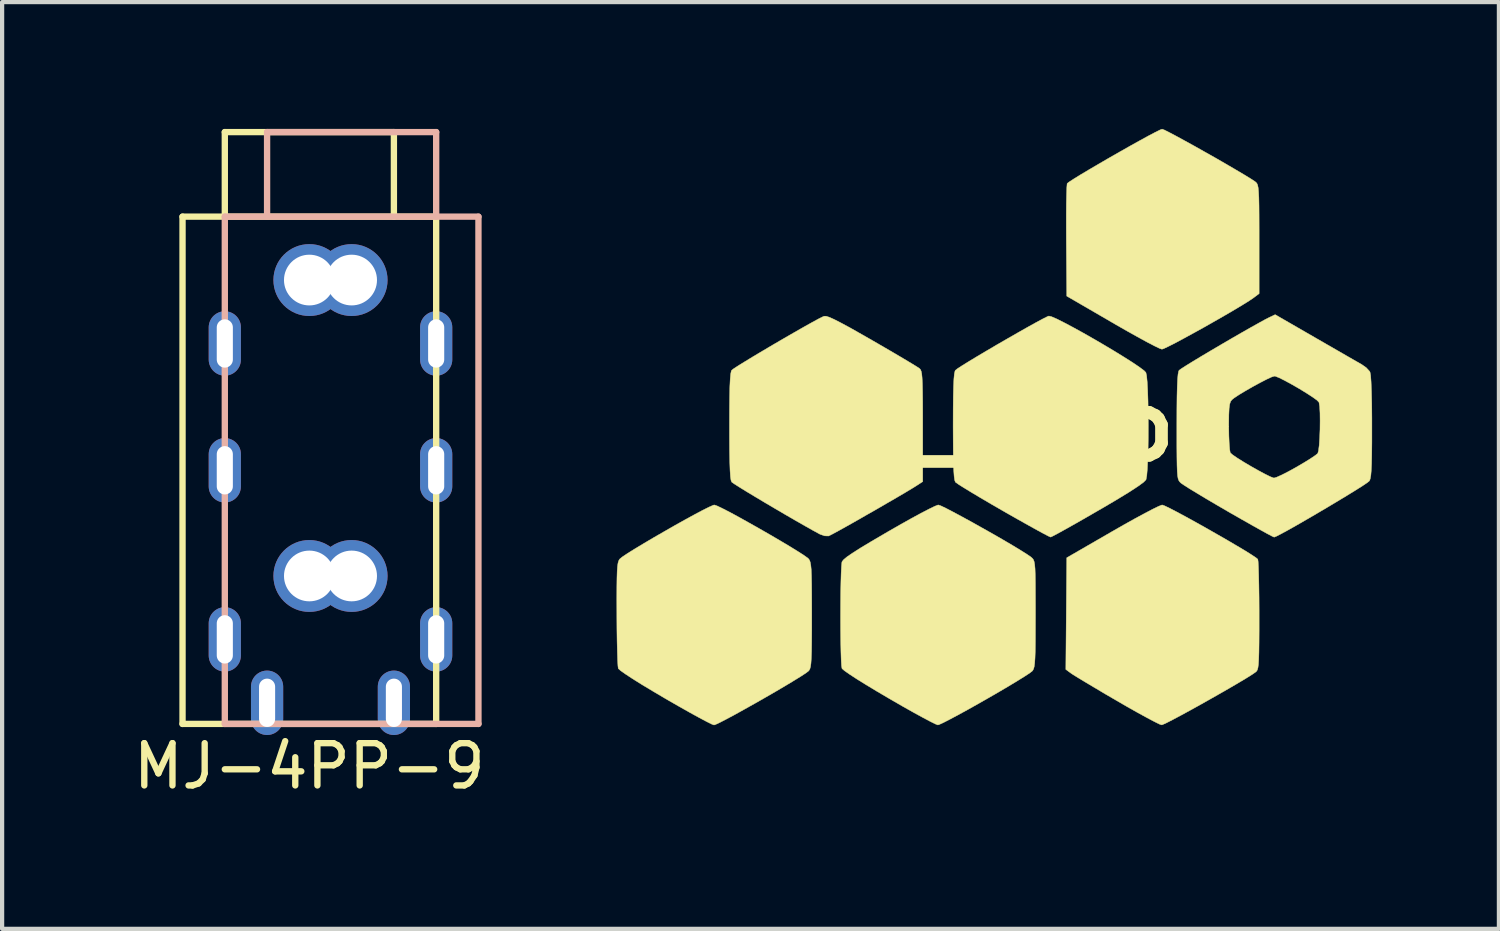
<source format=kicad_pcb>
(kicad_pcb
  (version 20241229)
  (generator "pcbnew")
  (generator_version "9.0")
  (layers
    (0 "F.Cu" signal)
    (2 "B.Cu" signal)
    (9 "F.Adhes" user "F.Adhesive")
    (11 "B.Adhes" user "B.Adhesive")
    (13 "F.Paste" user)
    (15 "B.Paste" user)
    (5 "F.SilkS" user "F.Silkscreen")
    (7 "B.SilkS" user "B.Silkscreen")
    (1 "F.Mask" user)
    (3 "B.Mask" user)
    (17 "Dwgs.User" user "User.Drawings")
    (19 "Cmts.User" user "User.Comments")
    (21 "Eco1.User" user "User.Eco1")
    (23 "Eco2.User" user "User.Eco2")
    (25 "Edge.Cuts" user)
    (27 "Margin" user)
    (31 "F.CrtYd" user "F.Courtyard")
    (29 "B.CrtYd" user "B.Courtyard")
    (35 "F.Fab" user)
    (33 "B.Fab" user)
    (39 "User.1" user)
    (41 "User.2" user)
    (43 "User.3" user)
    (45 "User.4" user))
  (footprint "r2_logo"
    (layer "F.Cu")
    (at 20.471 7.032)
    (property "Reference" "r2_logo" (at 0 0 0) (layer "F.SilkS") (effects (font (size 1.524 1.524) (thickness 0.3))))
    (attr through_hole)
    (fp_poly (pts (xy 4.023 -7.007) (xy 4.137 -6.95) (xy 4.302 -6.863) (xy 4.505 -6.752) (xy 4.736 -6.625) (xy 4.982 -6.486) (xy 5.234 -6.344) (xy 5.478 -6.203) (xy 5.704 -6.071) (xy 5.9 -5.955) (xy 6.056 -5.86) (xy 6.159 -5.793) (xy 6.191 -5.768) (xy 6.212 -5.743) (xy 6.229 -5.704) (xy 6.242 -5.642) (xy 6.251 -5.546) (xy 6.258 -5.409) (xy 6.262 -5.221) (xy 6.264 -4.972) (xy 6.265 -4.654) (xy 6.265 -4.419) (xy 6.265 -3.137) (xy 6.128 -3.034) (xy 6.027 -2.966) (xy 5.873 -2.87) (xy 5.678 -2.753) (xy 5.452 -2.621) (xy 5.208 -2.481) (xy 4.958 -2.339) (xy 4.712 -2.203) (xy 4.483 -2.078) (xy 4.282 -1.97) (xy 4.12 -1.888) (xy 4.01 -1.836) (xy 3.966 -1.821) (xy 3.907 -1.842) (xy 3.785 -1.901) (xy 3.61 -1.992) (xy 3.393 -2.111) (xy 3.142 -2.251) (xy 2.869 -2.407) (xy 2.794 -2.451) (xy 1.714 -3.078) (xy 1.704 -4.386) (xy 1.703 -4.712) (xy 1.703 -5.011) (xy 1.705 -5.273) (xy 1.71 -5.488) (xy 1.715 -5.643) (xy 1.722 -5.729) (xy 1.725 -5.743) (xy 1.772 -5.779) (xy 1.881 -5.85) (xy 2.041 -5.949) (xy 2.242 -6.069) (xy 2.471 -6.203) (xy 2.717 -6.346) (xy 2.969 -6.49) (xy 3.216 -6.63) (xy 3.446 -6.758) (xy 3.647 -6.868) (xy 3.81 -6.954) (xy 3.921 -7.009) (xy 3.97 -7.027) (xy 4.023 -7.007)) (stroke (width 0.01) (type solid)) (fill yes) (layer "F.SilkS"))
    (fp_poly (pts (xy 4.03 1.884) (xy 4.149 1.941) (xy 4.318 2.029) (xy 4.525 2.14) (xy 4.759 2.269) (xy 5.009 2.409) (xy 5.263 2.554) (xy 5.51 2.696) (xy 5.738 2.83) (xy 5.936 2.948) (xy 6.092 3.046) (xy 6.195 3.115) (xy 6.233 3.147) (xy 6.241 3.2) (xy 6.248 3.327) (xy 6.254 3.517) (xy 6.259 3.759) (xy 6.263 4.043) (xy 6.265 4.356) (xy 6.265 4.47) (xy 6.265 4.835) (xy 6.263 5.124) (xy 6.26 5.347) (xy 6.255 5.513) (xy 6.248 5.632) (xy 6.237 5.712) (xy 6.223 5.764) (xy 6.204 5.796) (xy 6.191 5.809) (xy 6.121 5.859) (xy 5.992 5.941) (xy 5.816 6.047) (xy 5.603 6.172) (xy 5.367 6.308) (xy 5.117 6.45) (xy 4.865 6.592) (xy 4.623 6.726) (xy 4.402 6.846) (xy 4.214 6.946) (xy 4.069 7.02) (xy 3.98 7.06) (xy 3.958 7.066) (xy 3.9 7.045) (xy 3.78 6.985) (xy 3.608 6.894) (xy 3.394 6.777) (xy 3.151 6.64) (xy 2.901 6.495) (xy 2.634 6.34) (xy 2.387 6.193) (xy 2.169 6.063) (xy 1.993 5.957) (xy 1.868 5.88) (xy 1.81 5.841) (xy 1.692 5.754) (xy 1.703 4.433) (xy 1.714 3.112) (xy 2.794 2.488) (xy 3.072 2.329) (xy 3.33 2.185) (xy 3.559 2.062) (xy 3.747 1.963) (xy 3.885 1.896) (xy 3.963 1.865) (xy 3.972 1.863) (xy 4.03 1.884)) (stroke (width 0.01) (type solid)) (fill yes) (layer "F.SilkS"))
    (fp_poly (pts (xy -3.98 -2.602) (xy -3.901 -2.577) (xy -3.784 -2.524) (xy -3.62 -2.44) (xy -3.402 -2.322) (xy -3.125 -2.165) (xy -2.887 -2.029) (xy -2.614 -1.871) (xy -2.362 -1.724) (xy -2.142 -1.594) (xy -1.963 -1.487) (xy -1.836 -1.409) (xy -1.771 -1.366) (xy -1.767 -1.363) (xy -1.746 -1.339) (xy -1.73 -1.301) (xy -1.717 -1.24) (xy -1.708 -1.146) (xy -1.701 -1.011) (xy -1.697 -0.825) (xy -1.694 -0.579) (xy -1.693 -0.264) (xy -1.693 0.006) (xy -1.693 1.311) (xy -1.852 1.414) (xy -1.959 1.48) (xy -2.117 1.575) (xy -2.315 1.691) (xy -2.541 1.822) (xy -2.782 1.962) (xy -3.028 2.102) (xy -3.265 2.238) (xy -3.483 2.361) (xy -3.67 2.465) (xy -3.813 2.543) (xy -3.901 2.588) (xy -3.921 2.597) (xy -4.012 2.594) (xy -4.123 2.556) (xy -4.128 2.553) (xy -4.279 2.471) (xy -4.472 2.362) (xy -4.695 2.235) (xy -4.938 2.094) (xy -5.187 1.948) (xy -5.433 1.803) (xy -5.664 1.665) (xy -5.868 1.542) (xy -6.035 1.439) (xy -6.152 1.364) (xy -6.21 1.323) (xy -6.212 1.321) (xy -6.229 1.277) (xy -6.242 1.187) (xy -6.251 1.045) (xy -6.258 0.842) (xy -6.263 0.572) (xy -6.265 0.229) (xy -6.265 0) (xy -6.264 -0.389) (xy -6.261 -0.7) (xy -6.256 -0.94) (xy -6.247 -1.116) (xy -6.236 -1.235) (xy -6.222 -1.304) (xy -6.212 -1.323) (xy -6.164 -1.361) (xy -6.053 -1.433) (xy -5.891 -1.533) (xy -5.691 -1.655) (xy -5.462 -1.791) (xy -5.217 -1.936) (xy -4.968 -2.081) (xy -4.725 -2.221) (xy -4.501 -2.349) (xy -4.306 -2.458) (xy -4.153 -2.541) (xy -4.052 -2.591) (xy -4.025 -2.602) (xy -3.98 -2.602)) (stroke (width 0.01) (type solid)) (fill yes) (layer "F.SilkS"))
    (fp_poly (pts (xy 1.353 -2.591) (xy 1.476 -2.538) (xy 1.647 -2.452) (xy 1.857 -2.341) (xy 2.093 -2.211) (xy 2.344 -2.068) (xy 2.6 -1.919) (xy 2.848 -1.771) (xy 3.078 -1.629) (xy 3.278 -1.502) (xy 3.437 -1.394) (xy 3.544 -1.314) (xy 3.586 -1.27) (xy 3.603 -1.193) (xy 3.617 -1.046) (xy 3.628 -0.842) (xy 3.636 -0.595) (xy 3.641 -0.319) (xy 3.643 -0.027) (xy 3.642 0.265) (xy 3.638 0.545) (xy 3.63 0.798) (xy 3.62 1.011) (xy 3.607 1.169) (xy 3.59 1.26) (xy 3.587 1.268) (xy 3.53 1.326) (xy 3.397 1.423) (xy 3.19 1.558) (xy 2.907 1.731) (xy 2.549 1.942) (xy 2.455 1.996) (xy 2.18 2.155) (xy 1.928 2.299) (xy 1.708 2.423) (xy 1.531 2.521) (xy 1.404 2.589) (xy 1.339 2.621) (xy 1.333 2.623) (xy 1.286 2.603) (xy 1.176 2.546) (xy 1.012 2.457) (xy 0.803 2.341) (xy 0.559 2.204) (xy 0.289 2.051) (xy 0.211 2.006) (xy -0.066 1.846) (xy -0.32 1.697) (xy -0.541 1.565) (xy -0.721 1.455) (xy -0.849 1.374) (xy -0.915 1.327) (xy -0.921 1.321) (xy -0.937 1.277) (xy -0.95 1.187) (xy -0.96 1.044) (xy -0.967 0.842) (xy -0.971 0.572) (xy -0.973 0.228) (xy -0.974 0) (xy -0.973 -0.389) (xy -0.97 -0.699) (xy -0.964 -0.939) (xy -0.956 -1.115) (xy -0.945 -1.234) (xy -0.93 -1.303) (xy -0.921 -1.322) (xy -0.871 -1.361) (xy -0.759 -1.434) (xy -0.596 -1.535) (xy -0.394 -1.657) (xy -0.164 -1.793) (xy 0.082 -1.938) (xy 0.334 -2.083) (xy 0.578 -2.223) (xy 0.804 -2.351) (xy 1.001 -2.46) (xy 1.156 -2.543) (xy 1.258 -2.594) (xy 1.29 -2.606) (xy 1.353 -2.591)) (stroke (width 0.01) (type solid)) (fill yes) (layer "F.SilkS"))
    (fp_poly (pts (xy -1.266 1.883) (xy -1.146 1.94) (xy -0.977 2.028) (xy -0.77 2.139) (xy -0.536 2.267) (xy -0.288 2.406) (xy -0.036 2.548) (xy 0.207 2.688) (xy 0.43 2.819) (xy 0.621 2.935) (xy 0.769 3.028) (xy 0.863 3.092) (xy 0.878 3.105) (xy 0.906 3.131) (xy 0.927 3.161) (xy 0.943 3.205) (xy 0.955 3.273) (xy 0.964 3.374) (xy 0.969 3.517) (xy 0.972 3.712) (xy 0.973 3.97) (xy 0.974 4.298) (xy 0.974 4.448) (xy 0.973 4.81) (xy 0.972 5.098) (xy 0.969 5.32) (xy 0.963 5.486) (xy 0.955 5.605) (xy 0.944 5.687) (xy 0.929 5.741) (xy 0.91 5.777) (xy 0.9 5.79) (xy 0.84 5.837) (xy 0.72 5.916) (xy 0.551 6.021) (xy 0.344 6.146) (xy 0.11 6.284) (xy -0.139 6.428) (xy -0.392 6.572) (xy -0.636 6.709) (xy -0.861 6.832) (xy -1.056 6.936) (xy -1.208 7.014) (xy -1.307 7.059) (xy -1.336 7.067) (xy -1.393 7.045) (xy -1.512 6.986) (xy -1.684 6.895) (xy -1.9 6.777) (xy -2.149 6.637) (xy -2.421 6.48) (xy -2.495 6.437) (xy -2.776 6.272) (xy -3.031 6.118) (xy -3.25 5.982) (xy -3.423 5.869) (xy -3.543 5.785) (xy -3.6 5.736) (xy -3.603 5.731) (xy -3.614 5.663) (xy -3.622 5.524) (xy -3.628 5.327) (xy -3.633 5.086) (xy -3.636 4.816) (xy -3.637 4.529) (xy -3.636 4.239) (xy -3.634 3.96) (xy -3.629 3.705) (xy -3.623 3.488) (xy -3.615 3.323) (xy -3.606 3.223) (xy -3.601 3.204) (xy -3.566 3.159) (xy -3.485 3.091) (xy -3.351 2.999) (xy -3.161 2.878) (xy -2.908 2.726) (xy -2.587 2.538) (xy -2.491 2.482) (xy -2.215 2.324) (xy -1.958 2.18) (xy -1.731 2.057) (xy -1.544 1.96) (xy -1.408 1.894) (xy -1.332 1.864) (xy -1.325 1.863) (xy -1.266 1.883)) (stroke (width 0.01) (type solid)) (fill yes) (layer "F.SilkS"))
    (fp_poly (pts (xy -6.561 1.884) (xy -6.439 1.942) (xy -6.267 2.03) (xy -6.058 2.143) (xy -5.823 2.274) (xy -5.573 2.415) (xy -5.32 2.56) (xy -5.076 2.703) (xy -4.852 2.836) (xy -4.659 2.955) (xy -4.51 3.05) (xy -4.416 3.117) (xy -4.392 3.139) (xy -4.371 3.171) (xy -4.354 3.217) (xy -4.341 3.287) (xy -4.331 3.389) (xy -4.325 3.534) (xy -4.321 3.732) (xy -4.319 3.991) (xy -4.318 4.322) (xy -4.318 4.466) (xy -4.318 4.826) (xy -4.32 5.111) (xy -4.323 5.33) (xy -4.329 5.493) (xy -4.337 5.61) (xy -4.348 5.69) (xy -4.363 5.743) (xy -4.383 5.778) (xy -4.392 5.789) (xy -4.451 5.835) (xy -4.571 5.914) (xy -4.74 6.018) (xy -4.947 6.143) (xy -5.18 6.28) (xy -5.429 6.424) (xy -5.682 6.568) (xy -5.927 6.705) (xy -6.152 6.83) (xy -6.347 6.934) (xy -6.5 7.013) (xy -6.6 7.059) (xy -6.631 7.068) (xy -6.687 7.047) (xy -6.805 6.988) (xy -6.977 6.897) (xy -7.192 6.779) (xy -7.44 6.639) (xy -7.712 6.483) (xy -7.786 6.44) (xy -8.076 6.269) (xy -8.335 6.113) (xy -8.554 5.976) (xy -8.726 5.863) (xy -8.842 5.781) (xy -8.893 5.735) (xy -8.895 5.732) (xy -8.903 5.67) (xy -8.911 5.535) (xy -8.917 5.338) (xy -8.923 5.092) (xy -8.927 4.807) (xy -8.929 4.495) (xy -8.929 4.439) (xy -8.93 4.084) (xy -8.929 3.803) (xy -8.926 3.587) (xy -8.921 3.427) (xy -8.913 3.313) (xy -8.901 3.235) (xy -8.885 3.183) (xy -8.865 3.148) (xy -8.858 3.14) (xy -8.798 3.091) (xy -8.677 3.01) (xy -8.507 2.904) (xy -8.298 2.778) (xy -8.063 2.639) (xy -7.813 2.495) (xy -7.56 2.35) (xy -7.315 2.213) (xy -7.09 2.09) (xy -6.896 1.987) (xy -6.745 1.912) (xy -6.648 1.869) (xy -6.623 1.863) (xy -6.561 1.884)) (stroke (width 0.01) (type solid)) (fill yes) (layer "F.SilkS"))
    (fp_poly (pts (xy 7.587 -2.095) (xy 7.852 -1.942) (xy 8.101 -1.799) (xy 8.321 -1.672) (xy 8.502 -1.568) (xy 8.63 -1.495) (xy 8.687 -1.463) (xy 8.798 -1.385) (xy 8.877 -1.299) (xy 8.888 -1.279) (xy 8.902 -1.204) (xy 8.913 -1.052) (xy 8.922 -0.827) (xy 8.929 -0.537) (xy 8.932 -0.187) (xy 8.932 0.014) (xy 8.932 0.377) (xy 8.929 0.665) (xy 8.925 0.887) (xy 8.917 1.051) (xy 8.907 1.166) (xy 8.893 1.243) (xy 8.876 1.289) (xy 8.871 1.296) (xy 8.823 1.335) (xy 8.713 1.409) (xy 8.552 1.511) (xy 8.352 1.634) (xy 8.124 1.772) (xy 7.878 1.919) (xy 7.627 2.067) (xy 7.38 2.211) (xy 7.151 2.343) (xy 6.949 2.457) (xy 6.785 2.546) (xy 6.672 2.604) (xy 6.62 2.625) (xy 6.574 2.604) (xy 6.465 2.547) (xy 6.302 2.457) (xy 6.095 2.341) (xy 5.853 2.204) (xy 5.587 2.052) (xy 5.544 2.027) (xy 5.271 1.868) (xy 5.018 1.719) (xy 4.795 1.585) (xy 4.614 1.475) (xy 4.484 1.392) (xy 4.416 1.345) (xy 4.413 1.342) (xy 4.386 1.316) (xy 4.365 1.285) (xy 4.348 1.24) (xy 4.336 1.172) (xy 4.328 1.071) (xy 4.323 0.927) (xy 4.32 0.731) (xy 4.318 0.472) (xy 4.318 0.143) (xy 4.318 0.001) (xy 4.318 -0.052) (xy 5.546 -0.052) (xy 5.546 0.011) (xy 5.549 0.224) (xy 5.557 0.409) (xy 5.568 0.549) (xy 5.581 0.624) (xy 5.584 0.63) (xy 5.637 0.677) (xy 5.748 0.753) (xy 5.898 0.847) (xy 6.069 0.948) (xy 6.244 1.047) (xy 6.404 1.133) (xy 6.532 1.196) (xy 6.61 1.225) (xy 6.617 1.226) (xy 6.682 1.206) (xy 6.802 1.152) (xy 6.961 1.071) (xy 7.142 0.971) (xy 7.146 0.969) (xy 7.326 0.863) (xy 7.481 0.767) (xy 7.595 0.69) (xy 7.652 0.644) (xy 7.652 0.643) (xy 7.67 0.579) (xy 7.686 0.45) (xy 7.697 0.276) (xy 7.705 0.078) (xy 7.707 -0.125) (xy 7.705 -0.311) (xy 7.697 -0.463) (xy 7.682 -0.558) (xy 7.679 -0.567) (xy 7.634 -0.614) (xy 7.53 -0.689) (xy 7.385 -0.783) (xy 7.217 -0.886) (xy 7.042 -0.987) (xy 6.877 -1.077) (xy 6.741 -1.145) (xy 6.649 -1.182) (xy 6.628 -1.185) (xy 6.562 -1.165) (xy 6.441 -1.109) (xy 6.286 -1.029) (xy 6.113 -0.935) (xy 5.941 -0.836) (xy 5.788 -0.744) (xy 5.672 -0.667) (xy 5.62 -0.625) (xy 5.589 -0.583) (xy 5.568 -0.519) (xy 5.555 -0.42) (xy 5.548 -0.269) (xy 5.546 -0.052) (xy 4.318 -0.052) (xy 4.319 -0.388) (xy 4.322 -0.698) (xy 4.328 -0.938) (xy 4.336 -1.114) (xy 4.347 -1.232) (xy 4.361 -1.301) (xy 4.371 -1.321) (xy 4.418 -1.356) (xy 4.528 -1.427) (xy 4.688 -1.526) (xy 4.888 -1.647) (xy 5.115 -1.782) (xy 5.358 -1.925) (xy 5.606 -2.07) (xy 5.847 -2.209) (xy 6.07 -2.336) (xy 6.263 -2.444) (xy 6.414 -2.527) (xy 6.503 -2.572) (xy 6.644 -2.639) (xy 7.587 -2.095)) (stroke (width 0.01) (type solid)) (fill yes) (layer "F.SilkS")))
  (footprint "MJ-4PP-9"
    (layer "F.Cu")
    (at 4.268 8.075)
    (property "Reference" "MJ-4PP-9" (at 0 7 0) (layer "F.SilkS") (effects (font (size 1 1) (thickness 0.15))))
    (attr through_hole)
    (fp_line (start -3 -6) (end 3 -6) (stroke (width 0.15) (type solid)) (layer "F.SilkS"))
    (fp_line (start -3 6) (end -3 -6) (stroke (width 0.15) (type solid)) (layer "F.SilkS"))
    (fp_line (start -2 -8) (end 2 -8) (stroke (width 0.15) (type solid)) (layer "F.SilkS"))
    (fp_line (start -2 -6) (end -2 -8) (stroke (width 0.15) (type solid)) (layer "F.SilkS"))
    (fp_line (start 2 -8) (end 2 -6) (stroke (width 0.15) (type solid)) (layer "F.SilkS"))
    (fp_line (start 3 -6) (end 3 6) (stroke (width 0.15) (type solid)) (layer "F.SilkS"))
    (fp_line (start 3 6) (end -3 6) (stroke (width 0.15) (type solid)) (layer "F.SilkS"))
    (fp_line (start -2 -6) (end 4 -6) (stroke (width 0.15) (type solid)) (layer "B.SilkS"))
    (fp_line (start -2 6) (end -2 -6) (stroke (width 0.15) (type solid)) (layer "B.SilkS"))
    (fp_line (start -1 -8) (end 3 -8) (stroke (width 0.15) (type solid)) (layer "B.SilkS"))
    (fp_line (start -1 -6) (end -1 -8) (stroke (width 0.15) (type solid)) (layer "B.SilkS"))
    (fp_line (start 3 -8) (end 3 -6) (stroke (width 0.15) (type solid)) (layer "B.SilkS"))
    (fp_line (start 4 -6) (end 4 6) (stroke (width 0.15) (type solid)) (layer "B.SilkS"))
    (fp_line (start 4 6) (end -2 6) (stroke (width 0.15) (type solid)) (layer "B.SilkS"))
    (pad "" np_thru_hole circle (at 0 -4.5) (size 1.7 1.7) (drill 1.2) (layers "*.Cu" "*.Mask"))
    (pad "" np_thru_hole circle (at 0 2.5) (size 1.7 1.7) (drill 1.2) (layers "*.Cu" "*.Mask"))
    (pad "" np_thru_hole circle (at 1 -4.5) (size 1.7 1.7) (drill 1.2) (layers "*.Cu" "*.Mask"))
    (pad "" np_thru_hole circle (at 1 2.5) (size 1.7 1.7) (drill 1.2) (layers "*.Cu" "*.Mask"))
    (pad "1" thru_hole oval (at -2 4) (size 0.762 1.524) (drill oval 0.381 1.143) (layers "*.Cu" "*.Mask"))
    (pad "1" thru_hole oval (at 3 4) (size 0.762 1.524) (drill oval 0.381 1.143) (layers "*.Cu" "*.Mask"))
    (pad "2" thru_hole oval (at -2 0) (size 0.762 1.524) (drill oval 0.381 1.143) (layers "*.Cu" "*.Mask"))
    (pad "2" thru_hole oval (at 3 0) (size 0.762 1.524) (drill oval 0.381 1.143) (layers "*.Cu" "*.Mask"))
    (pad "3" thru_hole oval (at -2 -3) (size 0.762 1.524) (drill oval 0.381 1.143) (layers "*.Cu" "*.Mask"))
    (pad "3" thru_hole oval (at 3 -3) (size 0.762 1.524) (drill oval 0.381 1.143) (layers "*.Cu" "*.Mask"))
    (pad "4" thru_hole oval (at -1 5.5) (size 0.762 1.524) (drill oval 0.381 1.143) (layers "*.Cu" "*.Mask"))
    (pad "4" thru_hole oval (at 2 5.5) (size 0.762 1.524) (drill oval 0.381 1.143) (layers "*.Cu" "*.Mask")))
  (gr_rect
    (start -3 -3)
    (end 32.408 18.923)
    (stroke (width 0.1) (type default))
    (fill no)
    (layer "Edge.Cuts")))
</source>
